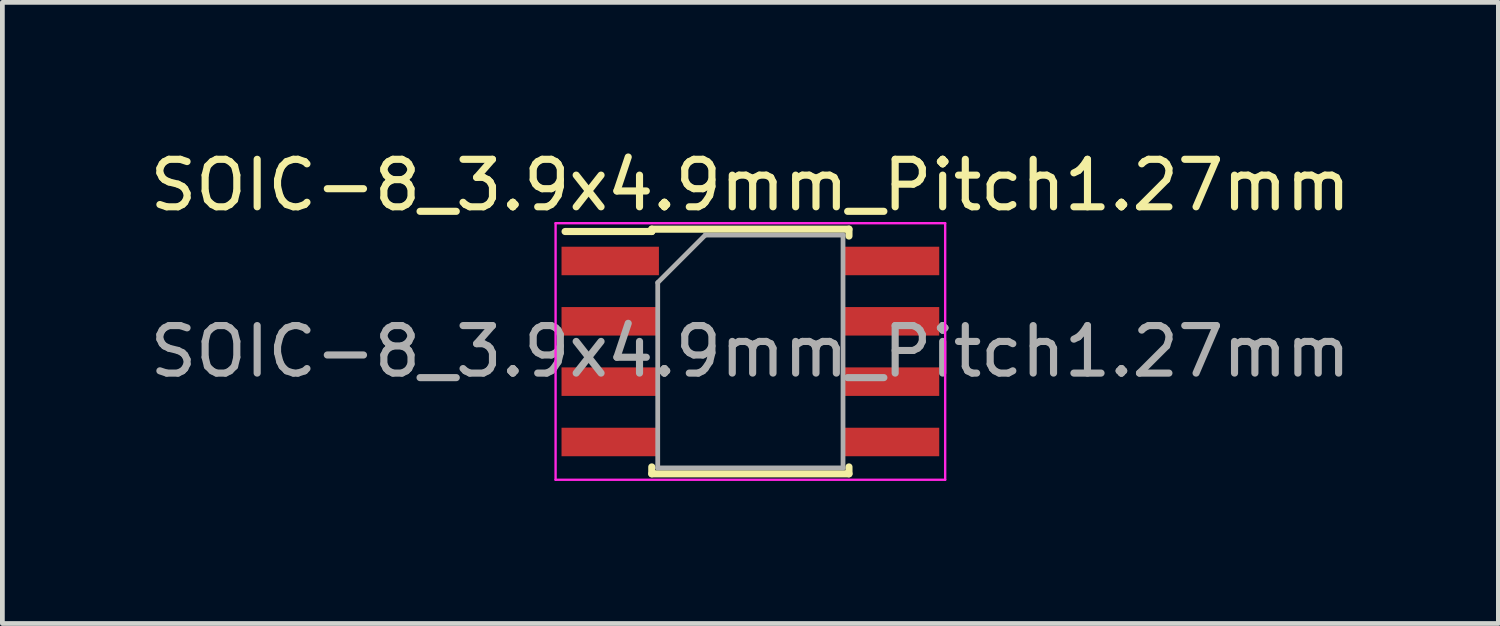
<source format=kicad_pcb>
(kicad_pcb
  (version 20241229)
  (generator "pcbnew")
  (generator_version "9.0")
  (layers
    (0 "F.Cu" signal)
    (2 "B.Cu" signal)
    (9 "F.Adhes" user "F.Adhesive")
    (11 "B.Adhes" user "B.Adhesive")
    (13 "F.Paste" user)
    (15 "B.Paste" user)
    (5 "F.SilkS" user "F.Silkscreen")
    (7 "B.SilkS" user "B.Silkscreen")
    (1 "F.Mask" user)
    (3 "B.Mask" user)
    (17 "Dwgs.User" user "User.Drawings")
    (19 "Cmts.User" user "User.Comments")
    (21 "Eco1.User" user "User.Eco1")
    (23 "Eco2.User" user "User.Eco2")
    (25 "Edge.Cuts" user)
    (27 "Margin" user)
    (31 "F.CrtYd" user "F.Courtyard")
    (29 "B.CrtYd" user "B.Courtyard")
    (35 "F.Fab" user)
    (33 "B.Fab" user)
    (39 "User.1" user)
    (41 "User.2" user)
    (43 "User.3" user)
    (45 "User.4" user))
  (footprint "SOIC-8_3.9x4.9mm_Pitch1.27mm"
    (layer "F.Cu")
    (at 12.744 4.348)
    (property "Reference" "SOIC-8_3.9x4.9mm_Pitch1.27mm" (at 0 -3.5 0) (layer "F.SilkS") (effects (font (size 1 1) (thickness 0.15))))
    (attr smd)
    (fp_line (start -2.075 -2.575) (end -2.075 -2.525) (stroke (width 0.15) (type solid)) (layer "F.SilkS"))
    (fp_line (start -2.075 -2.575) (end 2.075 -2.575) (stroke (width 0.15) (type solid)) (layer "F.SilkS"))
    (fp_line (start -2.075 -2.525) (end -3.9 -2.525) (stroke (width 0.15) (type solid)) (layer "F.SilkS"))
    (fp_line (start -2.075 2.575) (end -2.075 2.43) (stroke (width 0.15) (type solid)) (layer "F.SilkS"))
    (fp_line (start -2.075 2.575) (end 2.075 2.575) (stroke (width 0.15) (type solid)) (layer "F.SilkS"))
    (fp_line (start 2.075 -2.575) (end 2.075 -2.43) (stroke (width 0.15) (type solid)) (layer "F.SilkS"))
    (fp_line (start 2.075 2.575) (end 2.075 2.43) (stroke (width 0.15) (type solid)) (layer "F.SilkS"))
    (fp_line (start -4.1 -2.7) (end -4.1 2.7) (stroke (width 0.05) (type solid)) (layer "F.CrtYd"))
    (fp_line (start -4.1 -2.7) (end 4.1 -2.7) (stroke (width 0.05) (type solid)) (layer "F.CrtYd"))
    (fp_line (start -4.1 2.7) (end 4.1 2.7) (stroke (width 0.05) (type solid)) (layer "F.CrtYd"))
    (fp_line (start 4.1 -2.7) (end 4.1 2.7) (stroke (width 0.05) (type solid)) (layer "F.CrtYd"))
    (fp_line (start -1.95 -1.45) (end -0.95 -2.45) (stroke (width 0.1) (type solid)) (layer "F.Fab"))
    (fp_line (start -1.95 2.45) (end -1.95 -1.45) (stroke (width 0.1) (type solid)) (layer "F.Fab"))
    (fp_line (start -0.95 -2.45) (end 1.95 -2.45) (stroke (width 0.1) (type solid)) (layer "F.Fab"))
    (fp_line (start 1.95 -2.45) (end 1.95 2.45) (stroke (width 0.1) (type solid)) (layer "F.Fab"))
    (fp_line (start 1.95 2.45) (end -1.95 2.45) (stroke (width 0.1) (type solid)) (layer "F.Fab"))
    (fp_text user "${REFERENCE}" (at 0 0 0) (layer "F.Fab") (effects (font (size 1 1) (thickness 0.15))))
    (pad "1" smd rect (at -2.95 -1.905) (size 2.05 0.6) (layers "F.Cu" "F.Mask" "F.Paste"))
    (pad "2" smd rect (at -2.95 -0.635) (size 2.05 0.6) (layers "F.Cu" "F.Mask" "F.Paste"))
    (pad "3" smd rect (at -2.95 0.635) (size 2.05 0.6) (layers "F.Cu" "F.Mask" "F.Paste"))
    (pad "4" smd rect (at -2.95 1.905) (size 2.05 0.6) (layers "F.Cu" "F.Mask" "F.Paste"))
    (pad "5" smd rect (at 2.95 1.905) (size 2.05 0.6) (layers "F.Cu" "F.Mask" "F.Paste"))
    (pad "6" smd rect (at 2.95 0.635) (size 2.05 0.6) (layers "F.Cu" "F.Mask" "F.Paste"))
    (pad "7" smd rect (at 2.95 -0.635) (size 2.05 0.6) (layers "F.Cu" "F.Mask" "F.Paste"))
    (pad "8" smd rect (at 2.95 -1.905) (size 2.05 0.6) (layers "F.Cu" "F.Mask" "F.Paste")))
  (gr_rect
    (start -3 -3)
    (end 28.488 10.073)
    (stroke (width 0.1) (type default))
    (fill no)
    (layer "Edge.Cuts")))
</source>
